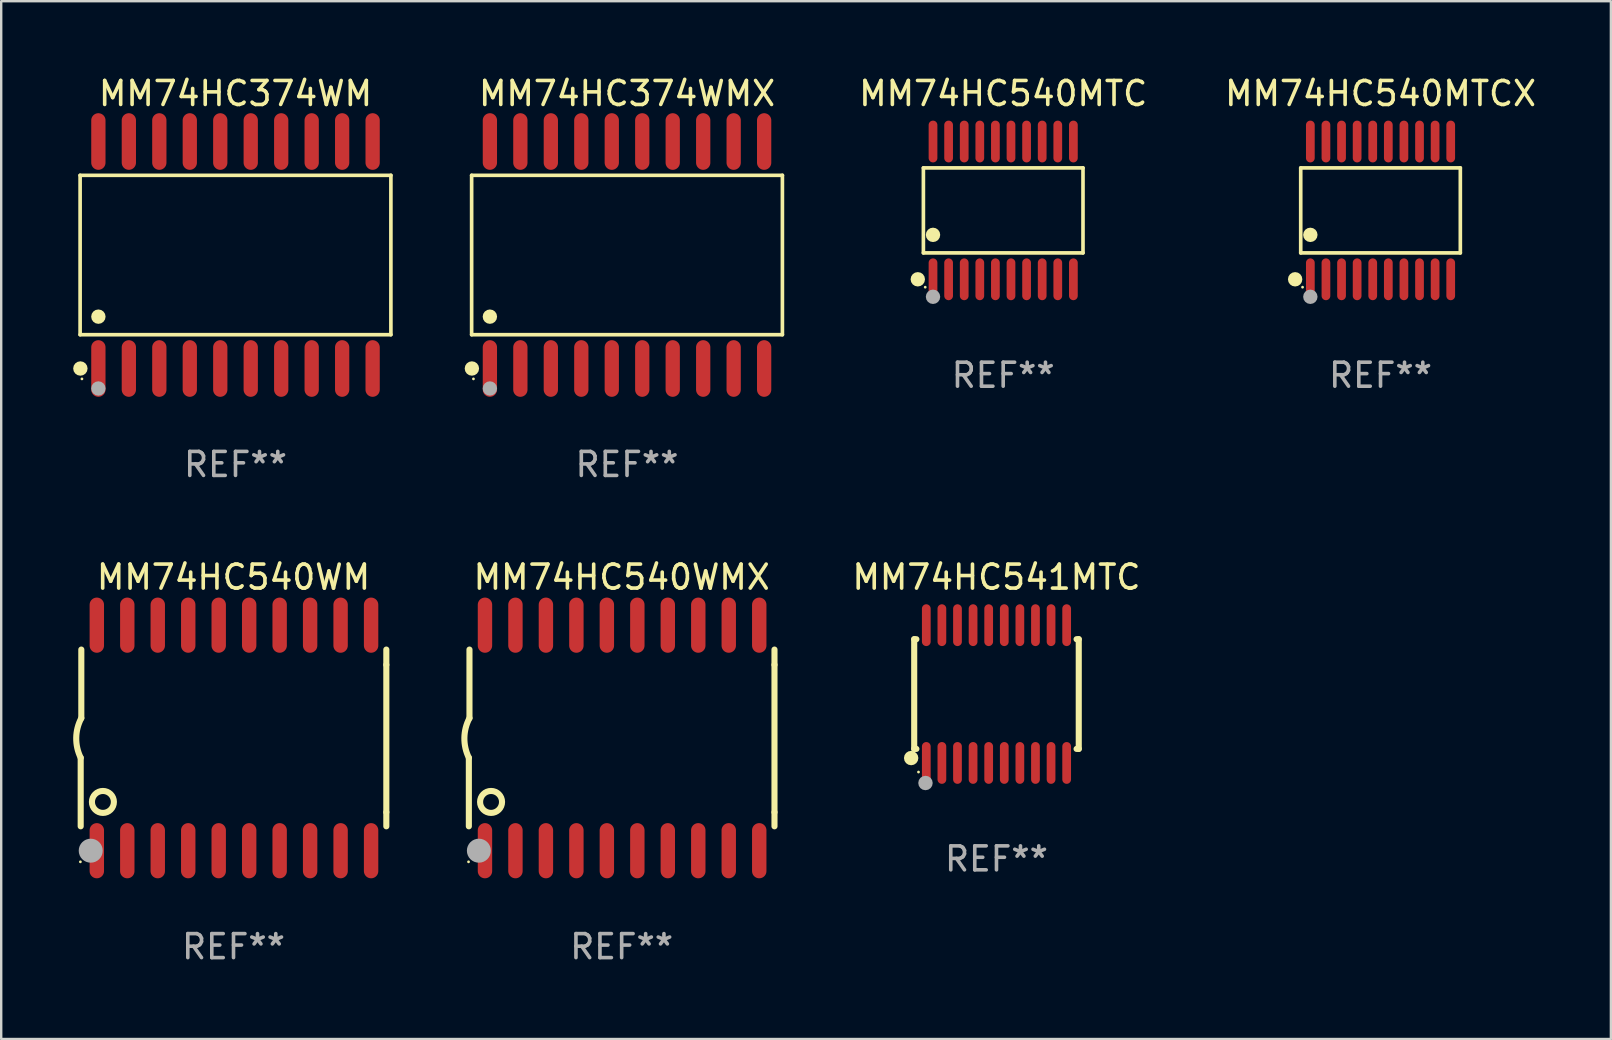
<source format=kicad_pcb>
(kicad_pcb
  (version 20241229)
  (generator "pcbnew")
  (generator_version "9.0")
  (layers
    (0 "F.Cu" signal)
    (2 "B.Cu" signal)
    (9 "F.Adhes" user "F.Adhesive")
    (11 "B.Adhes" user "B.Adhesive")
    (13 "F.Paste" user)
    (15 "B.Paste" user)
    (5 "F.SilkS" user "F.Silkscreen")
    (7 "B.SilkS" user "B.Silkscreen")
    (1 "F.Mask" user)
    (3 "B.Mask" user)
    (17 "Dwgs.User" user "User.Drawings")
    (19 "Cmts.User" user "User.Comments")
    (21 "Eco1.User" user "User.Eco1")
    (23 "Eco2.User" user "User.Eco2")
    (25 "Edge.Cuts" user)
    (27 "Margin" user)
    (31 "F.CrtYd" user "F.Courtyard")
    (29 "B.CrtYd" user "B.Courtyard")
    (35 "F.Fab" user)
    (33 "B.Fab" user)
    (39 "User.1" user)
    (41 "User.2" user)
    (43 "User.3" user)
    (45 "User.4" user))
  (footprint "MM74HC540WMX"
    (layer "F.Cu")
    (at 22.859 27.705)
    (property "Reference" "MM74HC540WMX" (at 0 -6.7 0) (layer "F.SilkS") (effects (font (size 1 1) (thickness 0.15))))
    (attr through_hole)
    (fp_line (start -6.369 0.826) (end -6.369 3.683) (stroke (width 0.254) (type solid)) (layer "F.SilkS"))
    (fp_line (start -6.343 -0.825) (end -6.343 -3.683) (stroke (width 0.254) (type solid)) (layer "F.SilkS"))
    (fp_line (start 6.369 -3.048) (end 6.369 -3.683) (stroke (width 0.254) (type solid)) (layer "F.SilkS"))
    (fp_line (start 6.369 -3.048) (end 6.369 3.096) (stroke (width 0.254) (type solid)) (layer "F.SilkS"))
    (fp_line (start 6.369 3.096) (end 6.369 3.683) (stroke (width 0.254) (type solid)) (layer "F.SilkS"))
    (fp_arc (start -6.36853 0.825552) (mid -6.554743 -0.00301) (end -6.343129 -0.825451) (stroke (width 0.254001) (type solid)) (layer "F.SilkS"))
    (fp_circle (center -6.382 5.163) (end -6.352 5.163) (stroke (width 0.06) (type solid)) (fill no) (layer "F.SilkS"))
    (fp_circle (center -5.443 2.667) (end -4.985 2.667) (stroke (width 0.254) (type solid)) (fill no) (layer "F.SilkS"))
    (fp_circle (center -5.951 4.699) (end -5.701 4.699) (stroke (width 0.5) (type solid)) (fill no) (layer "F.Fab"))
    (fp_text user "REF**" (at 0 8.7 0) (layer "F.Fab") (effects (font (size 1 1) (thickness 0.15))))
    (pad "1" smd oval (at -5.697 4.7 180) (size 0.6 2.3) (layers "F.Cu" "F.Mask" "F.Paste"))
    (pad "2" smd oval (at -4.427 4.7 180) (size 0.6 2.3) (layers "F.Cu" "F.Mask" "F.Paste"))
    (pad "3" smd oval (at -3.157 4.7 180) (size 0.6 2.3) (layers "F.Cu" "F.Mask" "F.Paste"))
    (pad "4" smd oval (at -1.887 4.7 180) (size 0.6 2.3) (layers "F.Cu" "F.Mask" "F.Paste"))
    (pad "5" smd oval (at -0.617 4.7 180) (size 0.6 2.3) (layers "F.Cu" "F.Mask" "F.Paste"))
    (pad "6" smd oval (at 0.653 4.7 180) (size 0.6 2.3) (layers "F.Cu" "F.Mask" "F.Paste"))
    (pad "7" smd oval (at 1.923 4.7 180) (size 0.6 2.3) (layers "F.Cu" "F.Mask" "F.Paste"))
    (pad "8" smd oval (at 3.193 4.7 180) (size 0.6 2.3) (layers "F.Cu" "F.Mask" "F.Paste"))
    (pad "9" smd oval (at 4.463 4.7 180) (size 0.6 2.3) (layers "F.Cu" "F.Mask" "F.Paste"))
    (pad "10" smd oval (at 5.734 4.7 180) (size 0.6 2.3) (layers "F.Cu" "F.Mask" "F.Paste"))
    (pad "11" smd oval (at 5.734 -4.7 180) (size 0.6 2.3) (layers "F.Cu" "F.Mask" "F.Paste"))
    (pad "12" smd oval (at 4.463 -4.7 180) (size 0.6 2.3) (layers "F.Cu" "F.Mask" "F.Paste"))
    (pad "13" smd oval (at 3.193 -4.7 180) (size 0.6 2.3) (layers "F.Cu" "F.Mask" "F.Paste"))
    (pad "14" smd oval (at 1.923 -4.7 180) (size 0.6 2.3) (layers "F.Cu" "F.Mask" "F.Paste"))
    (pad "15" smd oval (at 0.653 -4.7 180) (size 0.6 2.3) (layers "F.Cu" "F.Mask" "F.Paste"))
    (pad "16" smd oval (at -0.617 -4.7 180) (size 0.6 2.3) (layers "F.Cu" "F.Mask" "F.Paste"))
    (pad "17" smd oval (at -1.887 -4.7 180) (size 0.6 2.3) (layers "F.Cu" "F.Mask" "F.Paste"))
    (pad "18" smd oval (at -3.157 -4.7 180) (size 0.6 2.3) (layers "F.Cu" "F.Mask" "F.Paste"))
    (pad "19" smd oval (at -4.427 -4.7 180) (size 0.6 2.3) (layers "F.Cu" "F.Mask" "F.Paste"))
    (pad "20" smd oval (at -5.697 -4.7 180) (size 0.6 2.3) (layers "F.Cu" "F.Mask" "F.Paste")))
  (footprint "MM74HC540MTC"
    (layer "F.Cu")
    (at 38.76 5.719)
    (property "Reference" "MM74HC540MTC" (at 0 -4.871 0) (layer "F.SilkS") (effects (font (size 1 1) (thickness 0.15))))
    (attr through_hole)
    (fp_line (start -3.326 -1.771) (end 3.326 -1.771) (stroke (width 0.152) (type solid)) (layer "F.SilkS"))
    (fp_line (start -3.326 1.771) (end -3.326 -1.771) (stroke (width 0.152) (type solid)) (layer "F.SilkS"))
    (fp_line (start 3.326 -1.771) (end 3.326 1.771) (stroke (width 0.152) (type solid)) (layer "F.SilkS"))
    (fp_line (start 3.326 1.771) (end -3.326 1.771) (stroke (width 0.152) (type solid)) (layer "F.SilkS"))
    (fp_circle (center -3.559 2.871) (end -3.409 2.871) (stroke (width 0.3) (type solid)) (fill no) (layer "F.SilkS"))
    (fp_circle (center -3.25 3.2) (end -3.22 3.2) (stroke (width 0.06) (type solid)) (fill no) (layer "F.SilkS"))
    (fp_circle (center -2.925 1.019) (end -2.775 1.019) (stroke (width 0.3) (type solid)) (fill no) (layer "F.SilkS"))
    (fp_circle (center -2.925 3.6) (end -2.775 3.6) (stroke (width 0.3) (type solid)) (fill no) (layer "F.Fab"))
    (fp_text user "REF**" (at 0 6.871 0) (layer "F.Fab") (effects (font (size 1 1) (thickness 0.15))))
    (pad "1" smd oval (at -2.925 2.871) (size 0.364 1.742) (layers "F.Cu" "F.Mask" "F.Paste"))
    (pad "2" smd oval (at -2.275 2.871) (size 0.364 1.742) (layers "F.Cu" "F.Mask" "F.Paste"))
    (pad "3" smd oval (at -1.625 2.871) (size 0.364 1.742) (layers "F.Cu" "F.Mask" "F.Paste"))
    (pad "4" smd oval (at -0.975 2.871) (size 0.364 1.742) (layers "F.Cu" "F.Mask" "F.Paste"))
    (pad "5" smd oval (at -0.325 2.871) (size 0.364 1.742) (layers "F.Cu" "F.Mask" "F.Paste"))
    (pad "6" smd oval (at 0.325 2.871) (size 0.364 1.742) (layers "F.Cu" "F.Mask" "F.Paste"))
    (pad "7" smd oval (at 0.975 2.871) (size 0.364 1.742) (layers "F.Cu" "F.Mask" "F.Paste"))
    (pad "8" smd oval (at 1.625 2.871) (size 0.364 1.742) (layers "F.Cu" "F.Mask" "F.Paste"))
    (pad "9" smd oval (at 2.275 2.871) (size 0.364 1.742) (layers "F.Cu" "F.Mask" "F.Paste"))
    (pad "10" smd oval (at 2.925 2.871) (size 0.364 1.742) (layers "F.Cu" "F.Mask" "F.Paste"))
    (pad "11" smd oval (at 2.925 -2.871) (size 0.364 1.742) (layers "F.Cu" "F.Mask" "F.Paste"))
    (pad "12" smd oval (at 2.275 -2.871) (size 0.364 1.742) (layers "F.Cu" "F.Mask" "F.Paste"))
    (pad "13" smd oval (at 1.625 -2.871) (size 0.364 1.742) (layers "F.Cu" "F.Mask" "F.Paste"))
    (pad "14" smd oval (at 0.975 -2.871) (size 0.364 1.742) (layers "F.Cu" "F.Mask" "F.Paste"))
    (pad "15" smd oval (at 0.325 -2.871) (size 0.364 1.742) (layers "F.Cu" "F.Mask" "F.Paste"))
    (pad "16" smd oval (at -0.325 -2.871) (size 0.364 1.742) (layers "F.Cu" "F.Mask" "F.Paste"))
    (pad "17" smd oval (at -0.975 -2.871) (size 0.364 1.742) (layers "F.Cu" "F.Mask" "F.Paste"))
    (pad "18" smd oval (at -1.625 -2.871) (size 0.364 1.742) (layers "F.Cu" "F.Mask" "F.Paste"))
    (pad "19" smd oval (at -2.275 -2.871) (size 0.364 1.742) (layers "F.Cu" "F.Mask" "F.Paste"))
    (pad "20" smd oval (at -2.925 -2.871) (size 0.364 1.742) (layers "F.Cu" "F.Mask" "F.Paste")))
  (footprint "MM74HC540MTCX"
    (layer "F.Cu")
    (at 54.486 5.719)
    (property "Reference" "MM74HC540MTCX" (at 0 -4.871 0) (layer "F.SilkS") (effects (font (size 1 1) (thickness 0.15))))
    (attr through_hole)
    (fp_line (start -3.326 -1.771) (end 3.326 -1.771) (stroke (width 0.152) (type solid)) (layer "F.SilkS"))
    (fp_line (start -3.326 1.771) (end -3.326 -1.771) (stroke (width 0.152) (type solid)) (layer "F.SilkS"))
    (fp_line (start 3.326 -1.771) (end 3.326 1.771) (stroke (width 0.152) (type solid)) (layer "F.SilkS"))
    (fp_line (start 3.326 1.771) (end -3.326 1.771) (stroke (width 0.152) (type solid)) (layer "F.SilkS"))
    (fp_circle (center -3.559 2.871) (end -3.409 2.871) (stroke (width 0.3) (type solid)) (fill no) (layer "F.SilkS"))
    (fp_circle (center -3.25 3.2) (end -3.22 3.2) (stroke (width 0.06) (type solid)) (fill no) (layer "F.SilkS"))
    (fp_circle (center -2.925 1.019) (end -2.775 1.019) (stroke (width 0.3) (type solid)) (fill no) (layer "F.SilkS"))
    (fp_circle (center -2.925 3.6) (end -2.775 3.6) (stroke (width 0.3) (type solid)) (fill no) (layer "F.Fab"))
    (fp_text user "REF**" (at 0 6.871 0) (layer "F.Fab") (effects (font (size 1 1) (thickness 0.15))))
    (pad "1" smd oval (at -2.925 2.871) (size 0.364 1.742) (layers "F.Cu" "F.Mask" "F.Paste"))
    (pad "2" smd oval (at -2.275 2.871) (size 0.364 1.742) (layers "F.Cu" "F.Mask" "F.Paste"))
    (pad "3" smd oval (at -1.625 2.871) (size 0.364 1.742) (layers "F.Cu" "F.Mask" "F.Paste"))
    (pad "4" smd oval (at -0.975 2.871) (size 0.364 1.742) (layers "F.Cu" "F.Mask" "F.Paste"))
    (pad "5" smd oval (at -0.325 2.871) (size 0.364 1.742) (layers "F.Cu" "F.Mask" "F.Paste"))
    (pad "6" smd oval (at 0.325 2.871) (size 0.364 1.742) (layers "F.Cu" "F.Mask" "F.Paste"))
    (pad "7" smd oval (at 0.975 2.871) (size 0.364 1.742) (layers "F.Cu" "F.Mask" "F.Paste"))
    (pad "8" smd oval (at 1.625 2.871) (size 0.364 1.742) (layers "F.Cu" "F.Mask" "F.Paste"))
    (pad "9" smd oval (at 2.275 2.871) (size 0.364 1.742) (layers "F.Cu" "F.Mask" "F.Paste"))
    (pad "10" smd oval (at 2.925 2.871) (size 0.364 1.742) (layers "F.Cu" "F.Mask" "F.Paste"))
    (pad "11" smd oval (at 2.925 -2.871) (size 0.364 1.742) (layers "F.Cu" "F.Mask" "F.Paste"))
    (pad "12" smd oval (at 2.275 -2.871) (size 0.364 1.742) (layers "F.Cu" "F.Mask" "F.Paste"))
    (pad "13" smd oval (at 1.625 -2.871) (size 0.364 1.742) (layers "F.Cu" "F.Mask" "F.Paste"))
    (pad "14" smd oval (at 0.975 -2.871) (size 0.364 1.742) (layers "F.Cu" "F.Mask" "F.Paste"))
    (pad "15" smd oval (at 0.325 -2.871) (size 0.364 1.742) (layers "F.Cu" "F.Mask" "F.Paste"))
    (pad "16" smd oval (at -0.325 -2.871) (size 0.364 1.742) (layers "F.Cu" "F.Mask" "F.Paste"))
    (pad "17" smd oval (at -0.975 -2.871) (size 0.364 1.742) (layers "F.Cu" "F.Mask" "F.Paste"))
    (pad "18" smd oval (at -1.625 -2.871) (size 0.364 1.742) (layers "F.Cu" "F.Mask" "F.Paste"))
    (pad "19" smd oval (at -2.275 -2.871) (size 0.364 1.742) (layers "F.Cu" "F.Mask" "F.Paste"))
    (pad "20" smd oval (at -2.925 -2.871) (size 0.364 1.742) (layers "F.Cu" "F.Mask" "F.Paste")))
  (footprint "MM74HC540WM"
    (layer "F.Cu")
    (at 6.682 27.705)
    (property "Reference" "MM74HC540WM" (at 0 -6.7 0) (layer "F.SilkS") (effects (font (size 1 1) (thickness 0.15))))
    (attr through_hole)
    (fp_line (start -6.369 0.826) (end -6.369 3.683) (stroke (width 0.254) (type solid)) (layer "F.SilkS"))
    (fp_line (start -6.343 -0.825) (end -6.343 -3.683) (stroke (width 0.254) (type solid)) (layer "F.SilkS"))
    (fp_line (start 6.369 -3.048) (end 6.369 -3.683) (stroke (width 0.254) (type solid)) (layer "F.SilkS"))
    (fp_line (start 6.369 -3.048) (end 6.369 3.096) (stroke (width 0.254) (type solid)) (layer "F.SilkS"))
    (fp_line (start 6.369 3.096) (end 6.369 3.683) (stroke (width 0.254) (type solid)) (layer "F.SilkS"))
    (fp_arc (start -6.36853 0.825552) (mid -6.554743 -0.00301) (end -6.343129 -0.825451) (stroke (width 0.254001) (type solid)) (layer "F.SilkS"))
    (fp_circle (center -6.382 5.163) (end -6.352 5.163) (stroke (width 0.06) (type solid)) (fill no) (layer "F.SilkS"))
    (fp_circle (center -5.443 2.667) (end -4.985 2.667) (stroke (width 0.254) (type solid)) (fill no) (layer "F.SilkS"))
    (fp_circle (center -5.951 4.699) (end -5.701 4.699) (stroke (width 0.5) (type solid)) (fill no) (layer "F.Fab"))
    (fp_text user "REF**" (at 0 8.7 0) (layer "F.Fab") (effects (font (size 1 1) (thickness 0.15))))
    (pad "1" smd oval (at -5.697 4.7 180) (size 0.6 2.3) (layers "F.Cu" "F.Mask" "F.Paste"))
    (pad "2" smd oval (at -4.427 4.7 180) (size 0.6 2.3) (layers "F.Cu" "F.Mask" "F.Paste"))
    (pad "3" smd oval (at -3.157 4.7 180) (size 0.6 2.3) (layers "F.Cu" "F.Mask" "F.Paste"))
    (pad "4" smd oval (at -1.887 4.7 180) (size 0.6 2.3) (layers "F.Cu" "F.Mask" "F.Paste"))
    (pad "5" smd oval (at -0.617 4.7 180) (size 0.6 2.3) (layers "F.Cu" "F.Mask" "F.Paste"))
    (pad "6" smd oval (at 0.653 4.7 180) (size 0.6 2.3) (layers "F.Cu" "F.Mask" "F.Paste"))
    (pad "7" smd oval (at 1.923 4.7 180) (size 0.6 2.3) (layers "F.Cu" "F.Mask" "F.Paste"))
    (pad "8" smd oval (at 3.193 4.7 180) (size 0.6 2.3) (layers "F.Cu" "F.Mask" "F.Paste"))
    (pad "9" smd oval (at 4.463 4.7 180) (size 0.6 2.3) (layers "F.Cu" "F.Mask" "F.Paste"))
    (pad "10" smd oval (at 5.734 4.7 180) (size 0.6 2.3) (layers "F.Cu" "F.Mask" "F.Paste"))
    (pad "11" smd oval (at 5.734 -4.7 180) (size 0.6 2.3) (layers "F.Cu" "F.Mask" "F.Paste"))
    (pad "12" smd oval (at 4.463 -4.7 180) (size 0.6 2.3) (layers "F.Cu" "F.Mask" "F.Paste"))
    (pad "13" smd oval (at 3.193 -4.7 180) (size 0.6 2.3) (layers "F.Cu" "F.Mask" "F.Paste"))
    (pad "14" smd oval (at 1.923 -4.7 180) (size 0.6 2.3) (layers "F.Cu" "F.Mask" "F.Paste"))
    (pad "15" smd oval (at 0.653 -4.7 180) (size 0.6 2.3) (layers "F.Cu" "F.Mask" "F.Paste"))
    (pad "16" smd oval (at -0.617 -4.7 180) (size 0.6 2.3) (layers "F.Cu" "F.Mask" "F.Paste"))
    (pad "17" smd oval (at -1.887 -4.7 180) (size 0.6 2.3) (layers "F.Cu" "F.Mask" "F.Paste"))
    (pad "18" smd oval (at -3.157 -4.7 180) (size 0.6 2.3) (layers "F.Cu" "F.Mask" "F.Paste"))
    (pad "19" smd oval (at -4.427 -4.7 180) (size 0.6 2.3) (layers "F.Cu" "F.Mask" "F.Paste"))
    (pad "20" smd oval (at -5.697 -4.7 180) (size 0.6 2.3) (layers "F.Cu" "F.Mask" "F.Paste")))
  (footprint "MM74HC541MTC"
    (layer "F.Cu")
    (at 38.48 25.876)
    (property "Reference" "MM74HC541MTC" (at 0 -4.871 0) (layer "F.SilkS") (effects (font (size 1 1) (thickness 0.15))))
    (attr through_hole)
    (fp_line (start -3.429 -2.286) (end -3.429 2.286) (stroke (width 0.254) (type solid)) (layer "F.SilkS"))
    (fp_line (start -3.429 2.286) (end -3.338 2.286) (stroke (width 0.254) (type solid)) (layer "F.SilkS"))
    (fp_line (start -3.338 -2.286) (end -3.429 -2.286) (stroke (width 0.254) (type solid)) (layer "F.SilkS"))
    (fp_line (start 3.338 -2.286) (end 3.429 -2.286) (stroke (width 0.254) (type solid)) (layer "F.SilkS"))
    (fp_line (start 3.429 -2.286) (end 3.429 2.286) (stroke (width 0.254) (type solid)) (layer "F.SilkS"))
    (fp_line (start 3.429 2.286) (end 3.338 2.286) (stroke (width 0.254) (type solid)) (layer "F.SilkS"))
    (fp_circle (center -3.556 2.667) (end -3.406 2.667) (stroke (width 0.3) (type solid)) (fill no) (layer "F.SilkS"))
    (fp_circle (center -3.25 3.25) (end -3.22 3.25) (stroke (width 0.06) (type solid)) (fill no) (layer "F.SilkS"))
    (fp_circle (center -2.959 3.707) (end -2.808 3.707) (stroke (width 0.3) (type solid)) (fill no) (layer "F.Fab"))
    (fp_text user "REF**" (at 0 6.871 0) (layer "F.Fab") (effects (font (size 1 1) (thickness 0.15))))
    (pad "1" smd oval (at -2.925 2.871) (size 0.364 1.742) (layers "F.Cu" "F.Mask" "F.Paste"))
    (pad "2" smd oval (at -2.275 2.871) (size 0.364 1.742) (layers "F.Cu" "F.Mask" "F.Paste"))
    (pad "3" smd oval (at -1.625 2.871) (size 0.364 1.742) (layers "F.Cu" "F.Mask" "F.Paste"))
    (pad "4" smd oval (at -0.975 2.871) (size 0.364 1.742) (layers "F.Cu" "F.Mask" "F.Paste"))
    (pad "5" smd oval (at -0.325 2.871) (size 0.364 1.742) (layers "F.Cu" "F.Mask" "F.Paste"))
    (pad "6" smd oval (at 0.325 2.871) (size 0.364 1.742) (layers "F.Cu" "F.Mask" "F.Paste"))
    (pad "7" smd oval (at 0.975 2.871) (size 0.364 1.742) (layers "F.Cu" "F.Mask" "F.Paste"))
    (pad "8" smd oval (at 1.625 2.871) (size 0.364 1.742) (layers "F.Cu" "F.Mask" "F.Paste"))
    (pad "9" smd oval (at 2.275 2.871) (size 0.364 1.742) (layers "F.Cu" "F.Mask" "F.Paste"))
    (pad "10" smd oval (at 2.925 2.871) (size 0.364 1.742) (layers "F.Cu" "F.Mask" "F.Paste"))
    (pad "11" smd oval (at 2.925 -2.871) (size 0.364 1.742) (layers "F.Cu" "F.Mask" "F.Paste"))
    (pad "12" smd oval (at 2.275 -2.871) (size 0.364 1.742) (layers "F.Cu" "F.Mask" "F.Paste"))
    (pad "13" smd oval (at 1.625 -2.871) (size 0.364 1.742) (layers "F.Cu" "F.Mask" "F.Paste"))
    (pad "14" smd oval (at 0.975 -2.871) (size 0.364 1.742) (layers "F.Cu" "F.Mask" "F.Paste"))
    (pad "15" smd oval (at 0.325 -2.871) (size 0.364 1.742) (layers "F.Cu" "F.Mask" "F.Paste"))
    (pad "16" smd oval (at -0.325 -2.871) (size 0.364 1.742) (layers "F.Cu" "F.Mask" "F.Paste"))
    (pad "17" smd oval (at -0.975 -2.871) (size 0.364 1.742) (layers "F.Cu" "F.Mask" "F.Paste"))
    (pad "18" smd oval (at -1.625 -2.871) (size 0.364 1.742) (layers "F.Cu" "F.Mask" "F.Paste"))
    (pad "19" smd oval (at -2.275 -2.871) (size 0.364 1.742) (layers "F.Cu" "F.Mask" "F.Paste"))
    (pad "20" smd oval (at -2.925 -2.871) (size 0.364 1.742) (layers "F.Cu" "F.Mask" "F.Paste")))
  (footprint "MM74HC374WMX"
    (layer "F.Cu")
    (at 23.082 7.578)
    (property "Reference" "MM74HC374WMX" (at 0 -6.73 0) (layer "F.SilkS") (effects (font (size 1 1) (thickness 0.15))))
    (attr through_hole)
    (fp_line (start -6.476 -3.321) (end 6.476 -3.321) (stroke (width 0.152) (type solid)) (layer "F.SilkS"))
    (fp_line (start -6.476 3.321) (end -6.476 -3.321) (stroke (width 0.152) (type solid)) (layer "F.SilkS"))
    (fp_line (start 6.476 -3.321) (end 6.476 3.321) (stroke (width 0.152) (type solid)) (layer "F.SilkS"))
    (fp_line (start 6.476 3.321) (end -6.476 3.321) (stroke (width 0.152) (type solid)) (layer "F.SilkS"))
    (fp_circle (center -6.465 4.73) (end -6.315 4.73) (stroke (width 0.3) (type solid)) (fill no) (layer "F.SilkS"))
    (fp_circle (center -6.4 5.163) (end -6.37 5.163) (stroke (width 0.06) (type solid)) (fill no) (layer "F.SilkS"))
    (fp_circle (center -5.715 2.569) (end -5.565 2.569) (stroke (width 0.3) (type solid)) (fill no) (layer "F.SilkS"))
    (fp_circle (center -5.715 5.563) (end -5.565 5.563) (stroke (width 0.3) (type solid)) (fill no) (layer "F.Fab"))
    (fp_text user "REF**" (at 0 8.73 0) (layer "F.Fab") (effects (font (size 1 1) (thickness 0.15))))
    (pad "1" smd oval (at -5.715 4.73) (size 0.595 2.36) (layers "F.Cu" "F.Mask" "F.Paste"))
    (pad "2" smd oval (at -4.445 4.73) (size 0.595 2.36) (layers "F.Cu" "F.Mask" "F.Paste"))
    (pad "3" smd oval (at -3.175 4.73) (size 0.595 2.36) (layers "F.Cu" "F.Mask" "F.Paste"))
    (pad "4" smd oval (at -1.905 4.73) (size 0.595 2.36) (layers "F.Cu" "F.Mask" "F.Paste"))
    (pad "5" smd oval (at -0.635 4.73) (size 0.595 2.36) (layers "F.Cu" "F.Mask" "F.Paste"))
    (pad "6" smd oval (at 0.635 4.73) (size 0.595 2.36) (layers "F.Cu" "F.Mask" "F.Paste"))
    (pad "7" smd oval (at 1.905 4.73) (size 0.595 2.36) (layers "F.Cu" "F.Mask" "F.Paste"))
    (pad "8" smd oval (at 3.175 4.73) (size 0.595 2.36) (layers "F.Cu" "F.Mask" "F.Paste"))
    (pad "9" smd oval (at 4.445 4.73) (size 0.595 2.36) (layers "F.Cu" "F.Mask" "F.Paste"))
    (pad "10" smd oval (at 5.715 4.73) (size 0.595 2.36) (layers "F.Cu" "F.Mask" "F.Paste"))
    (pad "11" smd oval (at 5.715 -4.73) (size 0.595 2.36) (layers "F.Cu" "F.Mask" "F.Paste"))
    (pad "12" smd oval (at 4.445 -4.73) (size 0.595 2.36) (layers "F.Cu" "F.Mask" "F.Paste"))
    (pad "13" smd oval (at 3.175 -4.73) (size 0.595 2.36) (layers "F.Cu" "F.Mask" "F.Paste"))
    (pad "14" smd oval (at 1.905 -4.73) (size 0.595 2.36) (layers "F.Cu" "F.Mask" "F.Paste"))
    (pad "15" smd oval (at 0.635 -4.73) (size 0.595 2.36) (layers "F.Cu" "F.Mask" "F.Paste"))
    (pad "16" smd oval (at -0.635 -4.73) (size 0.595 2.36) (layers "F.Cu" "F.Mask" "F.Paste"))
    (pad "17" smd oval (at -1.905 -4.73) (size 0.595 2.36) (layers "F.Cu" "F.Mask" "F.Paste"))
    (pad "18" smd oval (at -3.175 -4.73) (size 0.595 2.36) (layers "F.Cu" "F.Mask" "F.Paste"))
    (pad "19" smd oval (at -4.445 -4.73) (size 0.595 2.36) (layers "F.Cu" "F.Mask" "F.Paste"))
    (pad "20" smd oval (at -5.715 -4.73) (size 0.595 2.36) (layers "F.Cu" "F.Mask" "F.Paste")))
  (footprint "MM74HC374WM"
    (layer "F.Cu")
    (at 6.765 7.578)
    (property "Reference" "MM74HC374WM" (at 0 -6.73 0) (layer "F.SilkS") (effects (font (size 1 1) (thickness 0.15))))
    (attr through_hole)
    (fp_line (start -6.476 -3.321) (end 6.476 -3.321) (stroke (width 0.152) (type solid)) (layer "F.SilkS"))
    (fp_line (start -6.476 3.321) (end -6.476 -3.321) (stroke (width 0.152) (type solid)) (layer "F.SilkS"))
    (fp_line (start 6.476 -3.321) (end 6.476 3.321) (stroke (width 0.152) (type solid)) (layer "F.SilkS"))
    (fp_line (start 6.476 3.321) (end -6.476 3.321) (stroke (width 0.152) (type solid)) (layer "F.SilkS"))
    (fp_circle (center -6.465 4.73) (end -6.315 4.73) (stroke (width 0.3) (type solid)) (fill no) (layer "F.SilkS"))
    (fp_circle (center -6.4 5.163) (end -6.37 5.163) (stroke (width 0.06) (type solid)) (fill no) (layer "F.SilkS"))
    (fp_circle (center -5.715 2.569) (end -5.565 2.569) (stroke (width 0.3) (type solid)) (fill no) (layer "F.SilkS"))
    (fp_circle (center -5.715 5.563) (end -5.565 5.563) (stroke (width 0.3) (type solid)) (fill no) (layer "F.Fab"))
    (fp_text user "REF**" (at 0 8.73 0) (layer "F.Fab") (effects (font (size 1 1) (thickness 0.15))))
    (pad "1" smd oval (at -5.715 4.73) (size 0.595 2.36) (layers "F.Cu" "F.Mask" "F.Paste"))
    (pad "2" smd oval (at -4.445 4.73) (size 0.595 2.36) (layers "F.Cu" "F.Mask" "F.Paste"))
    (pad "3" smd oval (at -3.175 4.73) (size 0.595 2.36) (layers "F.Cu" "F.Mask" "F.Paste"))
    (pad "4" smd oval (at -1.905 4.73) (size 0.595 2.36) (layers "F.Cu" "F.Mask" "F.Paste"))
    (pad "5" smd oval (at -0.635 4.73) (size 0.595 2.36) (layers "F.Cu" "F.Mask" "F.Paste"))
    (pad "6" smd oval (at 0.635 4.73) (size 0.595 2.36) (layers "F.Cu" "F.Mask" "F.Paste"))
    (pad "7" smd oval (at 1.905 4.73) (size 0.595 2.36) (layers "F.Cu" "F.Mask" "F.Paste"))
    (pad "8" smd oval (at 3.175 4.73) (size 0.595 2.36) (layers "F.Cu" "F.Mask" "F.Paste"))
    (pad "9" smd oval (at 4.445 4.73) (size 0.595 2.36) (layers "F.Cu" "F.Mask" "F.Paste"))
    (pad "10" smd oval (at 5.715 4.73) (size 0.595 2.36) (layers "F.Cu" "F.Mask" "F.Paste"))
    (pad "11" smd oval (at 5.715 -4.73) (size 0.595 2.36) (layers "F.Cu" "F.Mask" "F.Paste"))
    (pad "12" smd oval (at 4.445 -4.73) (size 0.595 2.36) (layers "F.Cu" "F.Mask" "F.Paste"))
    (pad "13" smd oval (at 3.175 -4.73) (size 0.595 2.36) (layers "F.Cu" "F.Mask" "F.Paste"))
    (pad "14" smd oval (at 1.905 -4.73) (size 0.595 2.36) (layers "F.Cu" "F.Mask" "F.Paste"))
    (pad "15" smd oval (at 0.635 -4.73) (size 0.595 2.36) (layers "F.Cu" "F.Mask" "F.Paste"))
    (pad "16" smd oval (at -0.635 -4.73) (size 0.595 2.36) (layers "F.Cu" "F.Mask" "F.Paste"))
    (pad "17" smd oval (at -1.905 -4.73) (size 0.595 2.36) (layers "F.Cu" "F.Mask" "F.Paste"))
    (pad "18" smd oval (at -3.175 -4.73) (size 0.595 2.36) (layers "F.Cu" "F.Mask" "F.Paste"))
    (pad "19" smd oval (at -4.445 -4.73) (size 0.595 2.36) (layers "F.Cu" "F.Mask" "F.Paste"))
    (pad "20" smd oval (at -5.715 -4.73) (size 0.595 2.36) (layers "F.Cu" "F.Mask" "F.Paste")))
  (gr_rect
    (start -3 -3)
    (end 64.087 40.253)
    (stroke (width 0.1) (type default))
    (fill no)
    (layer "Edge.Cuts")))
</source>
